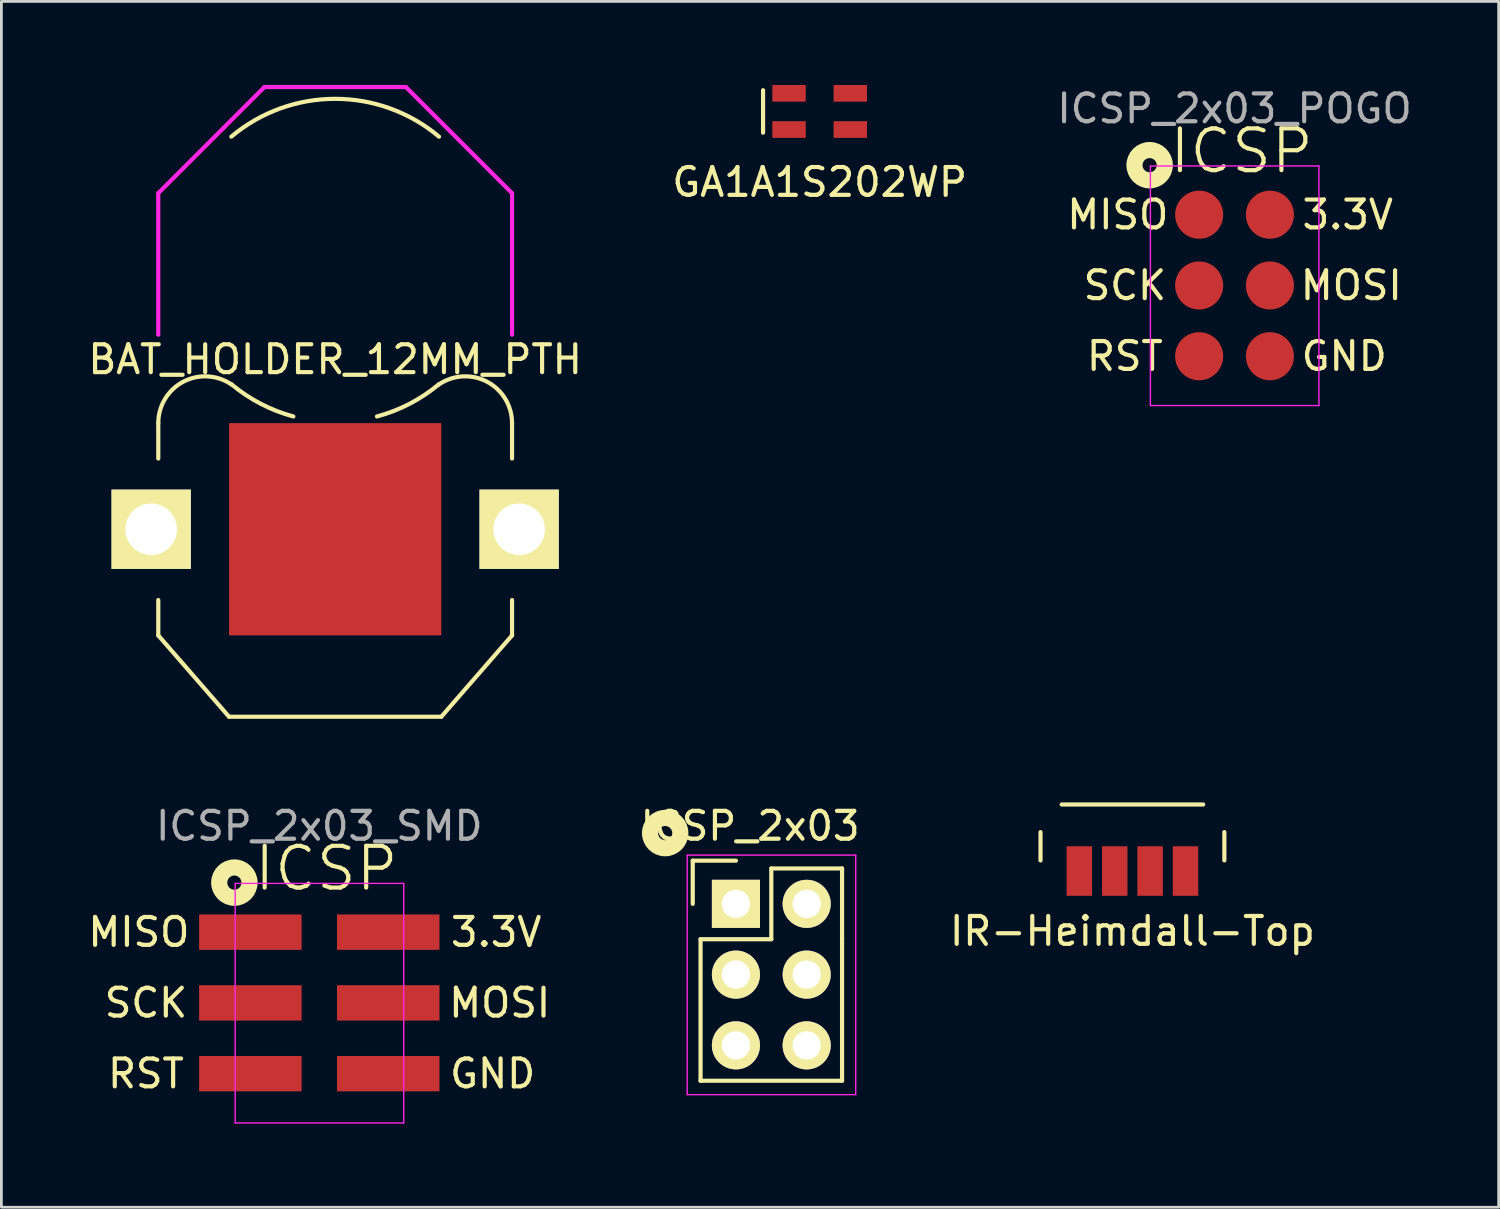
<source format=kicad_pcb>
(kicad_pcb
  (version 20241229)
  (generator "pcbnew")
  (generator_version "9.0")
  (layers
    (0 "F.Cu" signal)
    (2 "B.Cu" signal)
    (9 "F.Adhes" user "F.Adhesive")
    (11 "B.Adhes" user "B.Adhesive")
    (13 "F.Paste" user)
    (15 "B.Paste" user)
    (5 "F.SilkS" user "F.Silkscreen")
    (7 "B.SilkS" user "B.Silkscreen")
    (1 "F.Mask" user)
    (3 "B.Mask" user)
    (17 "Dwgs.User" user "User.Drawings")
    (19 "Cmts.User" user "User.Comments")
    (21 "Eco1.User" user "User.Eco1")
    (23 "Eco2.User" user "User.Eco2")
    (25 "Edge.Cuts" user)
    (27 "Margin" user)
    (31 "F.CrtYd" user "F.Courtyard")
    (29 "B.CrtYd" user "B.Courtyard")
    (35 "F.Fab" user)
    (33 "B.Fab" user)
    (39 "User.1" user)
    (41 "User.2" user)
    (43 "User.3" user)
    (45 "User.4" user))
  (footprint "IR-Heimdall-Top"
    (layer "F.Cu")
    (at 37.603 27.33)
    (property "Reference" "IR-Heimdall-Top" (at 0 3.048 0) (layer "F.SilkS") (effects (font (size 1 1) (thickness 0.15))))
    (attr through_hole)
    (fp_line (start -3.3 0.508) (end -3.3 -0.508) (stroke (width 0.15) (type solid)) (layer "F.SilkS"))
    (fp_line (start -2.54 -1.5) (end 2.54 -1.5) (stroke (width 0.15) (type solid)) (layer "F.SilkS"))
    (fp_line (start 3.3 -0.508) (end 3.3 0.508) (stroke (width 0.15) (type solid)) (layer "F.SilkS"))
    (pad "1" smd rect (at -1.905 0.889) (size 0.914 1.778) (layers "F.Cu" "F.Mask" "F.Paste"))
    (pad "2" smd rect (at -0.635 0.889) (size 0.914 1.778) (layers "F.Cu" "F.Mask" "F.Paste"))
    (pad "3" smd rect (at 0.635 0.889) (size 0.914 1.778) (layers "F.Cu" "F.Mask" "F.Paste"))
    (pad "4" smd rect (at 1.905 0.889) (size 0.914 1.778) (layers "F.Cu" "F.Mask" "F.Paste")))
  (footprint "ICSP_2x03"
    (layer "F.Cu")
    (at 23.369 29.397)
    (property "Reference" "ICSP_2x03" (at 0.508 -2.794 0) (layer "F.SilkS") (effects (font (size 1 1) (thickness 0.15))))
    (attr through_hole)
    (fp_line (start -1.55 -1.55) (end -1.55 0) (stroke (width 0.15) (type solid)) (layer "F.SilkS"))
    (fp_line (start -1.55 -1.55) (end 0 -1.55) (stroke (width 0.15) (type solid)) (layer "F.SilkS"))
    (fp_line (start -1.27 1.27) (end -1.27 6.35) (stroke (width 0.15) (type solid)) (layer "F.SilkS"))
    (fp_line (start -1.27 6.35) (end 3.81 6.35) (stroke (width 0.15) (type solid)) (layer "F.SilkS"))
    (fp_line (start 1.27 -1.27) (end 1.27 1.27) (stroke (width 0.15) (type solid)) (layer "F.SilkS"))
    (fp_line (start 1.27 1.27) (end -1.27 1.27) (stroke (width 0.15) (type solid)) (layer "F.SilkS"))
    (fp_line (start 3.81 -1.27) (end 1.27 -1.27) (stroke (width 0.15) (type solid)) (layer "F.SilkS"))
    (fp_line (start 3.81 1.27) (end 3.81 -1.27) (stroke (width 0.15) (type solid)) (layer "F.SilkS"))
    (fp_line (start 3.81 6.35) (end 3.81 1.27) (stroke (width 0.15) (type solid)) (layer "F.SilkS"))
    (fp_circle (center -2.54 -2.54) (end -2.286 -2.54) (stroke (width 0.58) (type solid)) (fill no) (layer "F.SilkS"))
    (fp_line (start -1.75 -1.75) (end -1.75 6.85) (stroke (width 0.05) (type solid)) (layer "F.CrtYd"))
    (fp_line (start -1.75 -1.75) (end 4.3 -1.75) (stroke (width 0.05) (type solid)) (layer "F.CrtYd"))
    (fp_line (start -1.75 6.85) (end 4.3 6.85) (stroke (width 0.05) (type solid)) (layer "F.CrtYd"))
    (fp_line (start 4.3 -1.75) (end 4.3 6.85) (stroke (width 0.05) (type solid)) (layer "F.CrtYd"))
    (pad "1" thru_hole rect (at 0 0) (size 1.727 1.727) (drill 1.016) (layers "*.Cu" "*.Mask" "F.SilkS"))
    (pad "2" thru_hole oval (at 2.54 0) (size 1.727 1.727) (drill 1.016) (layers "*.Cu" "*.Mask" "F.SilkS"))
    (pad "3" thru_hole oval (at 0 2.54) (size 1.727 1.727) (drill 1.016) (layers "*.Cu" "*.Mask" "F.SilkS"))
    (pad "4" thru_hole oval (at 2.54 2.54) (size 1.727 1.727) (drill 1.016) (layers "*.Cu" "*.Mask" "F.SilkS"))
    (pad "5" thru_hole oval (at 0 5.08) (size 1.727 1.727) (drill 1.016) (layers "*.Cu" "*.Mask" "F.SilkS"))
    (pad "6" thru_hole oval (at 2.54 5.08) (size 1.727 1.727) (drill 1.016) (layers "*.Cu" "*.Mask" "F.SilkS")))
  (footprint "ICSP_2x03_SMD"
    (layer "F.Cu")
    (at 7.142 30.413)
    (property "Reference" "ICSP_2x03_SMD" (at 1.27 -3.81 0) (layer "F.Fab") (effects (font (size 1 1) (thickness 0.15))))
    (attr through_hole)
    (fp_circle (center -1.778 -1.778) (end -1.524 -1.778) (stroke (width 0.58) (type solid)) (fill no) (layer "F.SilkS"))
    (fp_line (start -1.75 -1.75) (end -1.75 6.85) (stroke (width 0.05) (type solid)) (layer "F.CrtYd"))
    (fp_line (start -1.75 -1.75) (end 4.3 -1.75) (stroke (width 0.05) (type solid)) (layer "F.CrtYd"))
    (fp_line (start -1.75 6.85) (end 4.3 6.85) (stroke (width 0.05) (type solid)) (layer "F.CrtYd"))
    (fp_line (start 4.3 -1.75) (end 4.3 6.85) (stroke (width 0.05) (type solid)) (layer "F.CrtYd"))
    (fp_text user "3.3V" (at 7.62 0 0) (layer "F.SilkS") (effects (font (size 1 1) (thickness 0.15))))
    (fp_text user "MOSI" (at 7.747 2.54 0) (layer "F.SilkS") (effects (font (size 1 1) (thickness 0.15))))
    (fp_text user "RST" (at -4.953 5.08 0) (layer "F.SilkS") (effects (font (size 1 1) (thickness 0.15))))
    (fp_text user "GND" (at 7.493 5.08 0) (layer "F.SilkS") (effects (font (size 1 1) (thickness 0.15))))
    (fp_text user "SCK" (at -4.953 2.54 0) (layer "F.SilkS") (effects (font (size 1 1) (thickness 0.15))))
    (fp_text user "ICSP" (at 1.524 -2.286 0) (layer "F.SilkS") (effects (font (size 1.5 1.5) (thickness 0.15))))
    (fp_text user "MISO" (at -5.207 0 0) (layer "F.SilkS") (effects (font (size 1 1) (thickness 0.15))))
    (pad "1" smd rect (at -1.205 0) (size 3.68 1.27) (layers "F.Cu" "F.Mask" "F.Paste"))
    (pad "2" smd rect (at 3.745 0) (size 3.68 1.27) (layers "F.Cu" "F.Mask" "F.Paste"))
    (pad "3" smd rect (at -1.205 2.54) (size 3.68 1.27) (layers "F.Cu" "F.Mask" "F.Paste"))
    (pad "4" smd rect (at 3.745 2.54) (size 3.68 1.27) (layers "F.Cu" "F.Mask" "F.Paste"))
    (pad "5" smd rect (at -1.205 5.08) (size 3.68 1.27) (layers "F.Cu" "F.Mask" "F.Paste"))
    (pad "6" smd rect (at 3.745 5.08) (size 3.68 1.27) (layers "F.Cu" "F.Mask" "F.Paste")))
  (footprint "BAT_HOLDER_12MM_PTH"
    (layer "F.Cu")
    (at 8.982 15.95)
    (property "Reference" "BAT_HOLDER_12MM_PTH" (at 0 -6.096 0) (layer "F.SilkS") (effects (font (size 1 1) (thickness 0.15))))
    (attr through_hole)
    (fp_line (start -6.35 -2.54) (end -6.35 -3.81) (stroke (width 0.15) (type solid)) (layer "F.SilkS"))
    (fp_line (start -6.35 2.54) (end -6.35 3.81) (stroke (width 0.15) (type solid)) (layer "F.SilkS"))
    (fp_line (start -6.35 3.81) (end -3.81 6.73) (stroke (width 0.15) (type solid)) (layer "F.SilkS"))
    (fp_line (start -3.81 6.73) (end 3.81 6.73) (stroke (width 0.15) (type solid)) (layer "F.SilkS"))
    (fp_line (start 3.81 6.73) (end 6.35 3.81) (stroke (width 0.15) (type solid)) (layer "F.SilkS"))
    (fp_line (start 6.35 -2.54) (end 6.35 -3.81) (stroke (width 0.15) (type solid)) (layer "F.SilkS"))
    (fp_line (start 6.35 3.81) (end 6.35 2.54) (stroke (width 0.15) (type solid)) (layer "F.SilkS"))
    (fp_arc (start -6.35 -3.81) (mid -5.445738 -5.300178) (end -3.706392 -5.186175) (stroke (width 0.15) (type solid)) (layer "F.SilkS"))
    (fp_arc (start -3.728 -14.095) (mid 0.000092 -15.451848) (end 3.72814 -14.094882) (stroke (width 0.15) (type solid)) (layer "F.SilkS"))
    (fp_arc (start -1.501022 -4.049754) (mid -2.67799 -4.50743) (end -3.728 -5.209) (stroke (width 0.15) (type solid)) (layer "F.SilkS"))
    (fp_arc (start 3.706392 -5.186175) (mid 5.445737 -5.300178) (end 6.35 -3.81) (stroke (width 0.15) (type solid)) (layer "F.SilkS"))
    (fp_arc (start 3.728 -5.209) (mid 2.67799 -4.50743) (end 1.501022 -4.049754) (stroke (width 0.15) (type solid)) (layer "F.SilkS"))
    (fp_line (start -6.35 -12.065) (end -2.54 -15.875) (stroke (width 0.15) (type solid)) (layer "F.CrtYd"))
    (fp_line (start -6.35 -6.985) (end -6.35 -12.065) (stroke (width 0.15) (type solid)) (layer "F.CrtYd"))
    (fp_line (start -2.54 -15.875) (end 2.54 -15.875) (stroke (width 0.15) (type solid)) (layer "F.CrtYd"))
    (fp_line (start 2.54 -15.875) (end 6.35 -12.065) (stroke (width 0.15) (type solid)) (layer "F.CrtYd"))
    (fp_line (start 6.35 -12.065) (end 6.35 -6.985) (stroke (width 0.15) (type solid)) (layer "F.CrtYd"))
    (pad "1" thru_hole rect (at -6.605 0) (size 2.85 2.85) (drill 1.85) (layers "*.Cu" "*.Mask" "F.SilkS"))
    (pad "1" thru_hole rect (at 6.605 0) (size 2.85 2.85) (drill 1.85) (layers "*.Cu" "*.Mask" "F.SilkS"))
    (pad "2" smd rect (at 0 0) (size 7.62 7.62) (layers "F.Cu" "F.Mask" "F.Paste")))
  (footprint "ICSP_2x03_POGO"
    (layer "F.Cu")
    (at 39.998 4.658)
    (property "Reference" "ICSP_2x03_POGO" (at 1.27 -3.81 0) (layer "F.Fab") (effects (font (size 1 1) (thickness 0.15))))
    (attr through_hole)
    (fp_circle (center -1.778 -1.778) (end -1.524 -1.778) (stroke (width 0.58) (type solid)) (fill no) (layer "F.SilkS"))
    (fp_line (start -1.75 -1.75) (end -1.75 6.85) (stroke (width 0.05) (type solid)) (layer "F.CrtYd"))
    (fp_line (start -1.75 -1.75) (end 4.3 -1.75) (stroke (width 0.05) (type solid)) (layer "F.CrtYd"))
    (fp_line (start -1.75 6.85) (end 4.3 6.85) (stroke (width 0.05) (type solid)) (layer "F.CrtYd"))
    (fp_line (start 4.3 -1.75) (end 4.3 6.85) (stroke (width 0.05) (type solid)) (layer "F.CrtYd"))
    (fp_text user "GND" (at 5.207 5.08 0) (layer "F.SilkS") (effects (font (size 1 1) (thickness 0.15))))
    (fp_text user "MISO" (at -2.921 0 0) (layer "F.SilkS") (effects (font (size 1 1) (thickness 0.15))))
    (fp_text user "MOSI" (at 5.461 2.54 0) (layer "F.SilkS") (effects (font (size 1 1) (thickness 0.15))))
    (fp_text user "SCK" (at -2.667 2.54 0) (layer "F.SilkS") (effects (font (size 1 1) (thickness 0.15))))
    (fp_text user "3.3V" (at 5.334 0 0) (layer "F.SilkS") (effects (font (size 1 1) (thickness 0.15))))
    (fp_text user "ICSP" (at 1.524 -2.286 0) (layer "F.SilkS") (effects (font (size 1.5 1.5) (thickness 0.15))))
    (fp_text user "RST" (at -2.667 5.08 0) (layer "F.SilkS") (effects (font (size 1 1) (thickness 0.15))))
    (pad "1" connect circle (at 0 0) (size 1.727 1.727) (layers "F.Cu" "F.Mask"))
    (pad "2" connect oval (at 2.54 0) (size 1.727 1.727) (layers "F.Cu" "F.Mask"))
    (pad "3" connect oval (at 0 2.54) (size 1.727 1.727) (layers "F.Cu" "F.Mask"))
    (pad "4" connect oval (at 2.54 2.54) (size 1.727 1.727) (layers "F.Cu" "F.Mask"))
    (pad "5" connect oval (at 0 5.08) (size 1.727 1.727) (layers "F.Cu" "F.Mask"))
    (pad "6" connect oval (at 2.54 5.08) (size 1.727 1.727) (layers "F.Cu" "F.Mask")))
  (footprint "GA1A1S202WP"
    (layer "F.Cu")
    (at 26.375 0.95)
    (property "Reference" "GA1A1S202WP" (at 0 2.54 0) (layer "F.SilkS") (effects (font (size 1 1) (thickness 0.15))))
    (attr through_hole)
    (fp_line (start -2.032 -0.762) (end -2.032 0.762) (stroke (width 0.15) (type solid)) (layer "F.SilkS"))
    (pad "1" smd rect (at -1.1 -0.65) (size 1.2 0.6) (layers "F.Cu" "F.Mask" "F.Paste"))
    (pad "2" smd rect (at -1.1 0.65) (size 1.2 0.6) (layers "F.Cu" "F.Mask" "F.Paste"))
    (pad "3" smd rect (at 1.1 0.65) (size 1.2 0.6) (layers "F.Cu" "F.Mask" "F.Paste"))
    (pad "4" smd rect (at 1.1 -0.65) (size 1.2 0.6) (layers "F.Cu" "F.Mask" "F.Paste")))
  (gr_rect
    (start -3 -3)
    (end 50.75 40.288)
    (stroke (width 0.1) (type default))
    (fill no)
    (layer "Edge.Cuts")))
</source>
